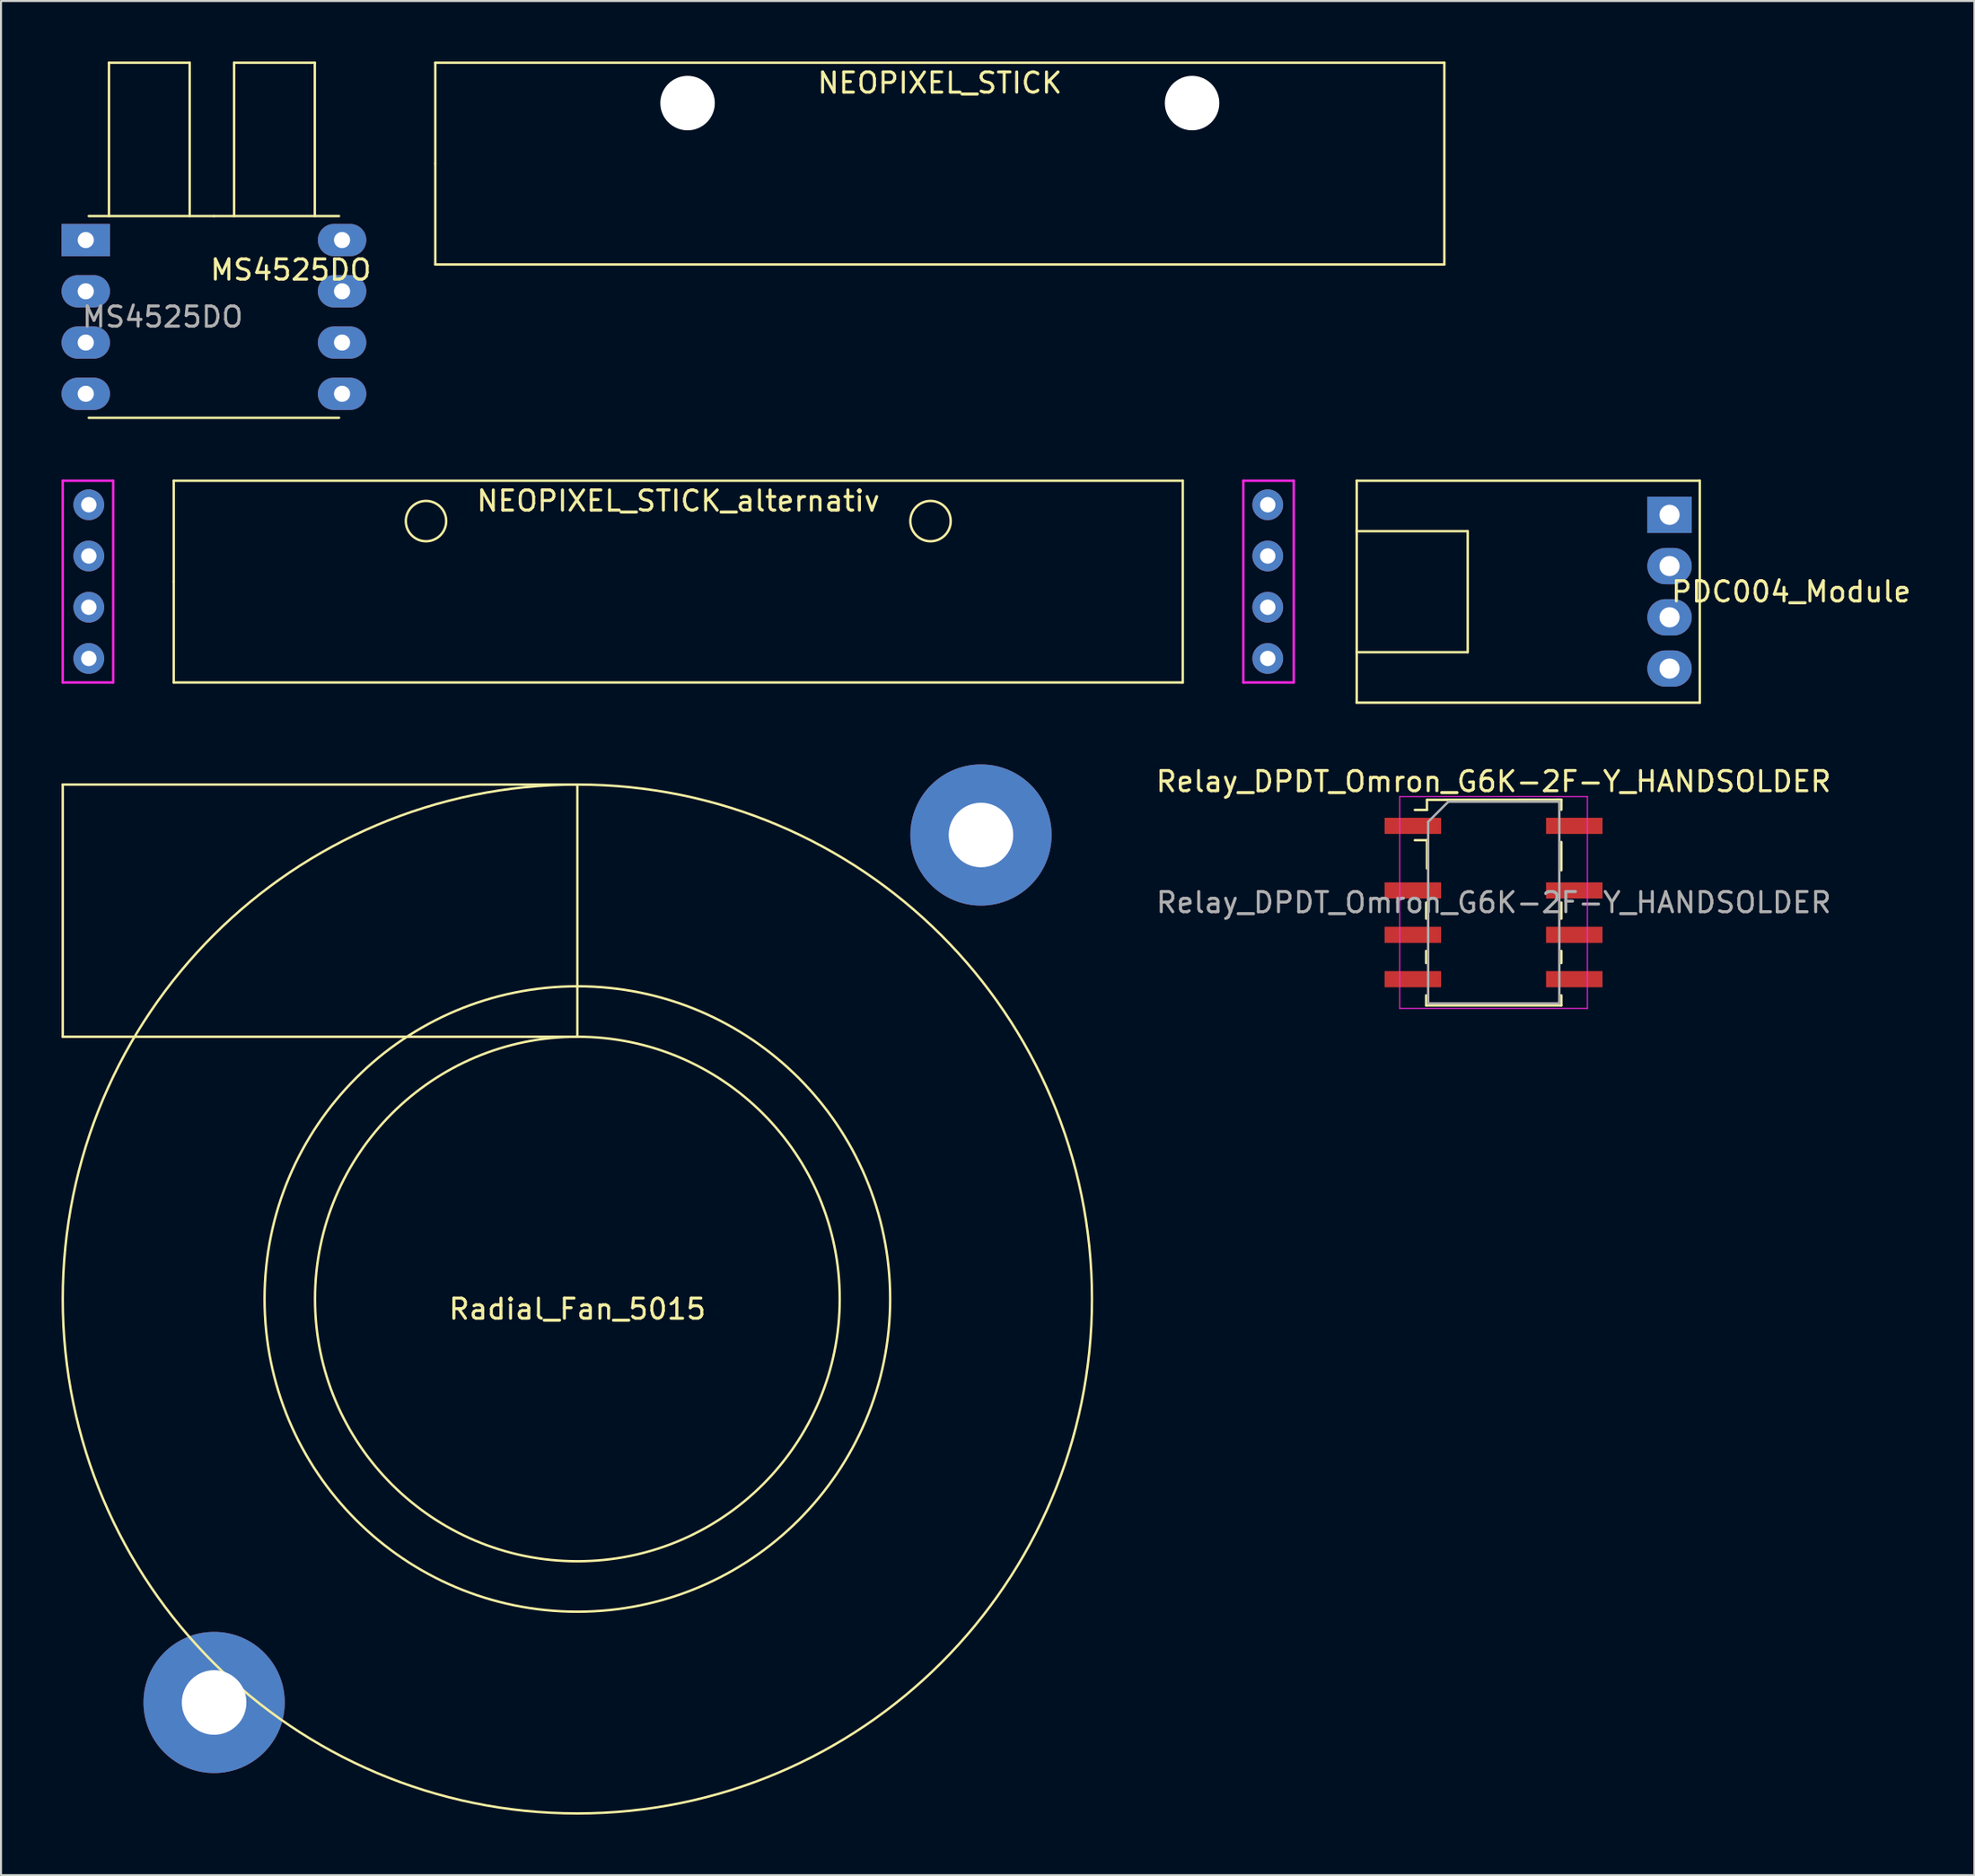
<source format=kicad_pcb>
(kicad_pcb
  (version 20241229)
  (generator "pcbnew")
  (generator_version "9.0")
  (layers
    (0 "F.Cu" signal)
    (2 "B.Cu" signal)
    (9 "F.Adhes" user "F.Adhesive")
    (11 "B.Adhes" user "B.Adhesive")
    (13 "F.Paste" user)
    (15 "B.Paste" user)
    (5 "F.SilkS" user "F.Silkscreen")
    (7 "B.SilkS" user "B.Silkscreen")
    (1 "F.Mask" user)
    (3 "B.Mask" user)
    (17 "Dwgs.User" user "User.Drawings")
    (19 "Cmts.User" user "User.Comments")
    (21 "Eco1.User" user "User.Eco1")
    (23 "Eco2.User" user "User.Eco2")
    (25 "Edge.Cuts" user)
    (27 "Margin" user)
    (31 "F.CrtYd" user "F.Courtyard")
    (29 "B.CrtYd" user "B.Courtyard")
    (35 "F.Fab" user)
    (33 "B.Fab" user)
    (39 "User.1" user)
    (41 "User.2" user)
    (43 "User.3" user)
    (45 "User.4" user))
  (footprint "NEOPIXEL_STICK"
    (layer "F.Cu")
    (at 43.521 2.06)
    (property "Reference" "NEOPIXEL_STICK" (at 0 -1 0) (layer "F.SilkS") (effects (font (size 1 1) (thickness 0.15))))
    (attr through_hole)
    (fp_line (start -25 -2) (end -25 3) (stroke (width 0.12) (type solid)) (layer "F.SilkS"))
    (fp_line (start -25 3) (end -25 8) (stroke (width 0.12) (type solid)) (layer "F.SilkS"))
    (fp_line (start -25 8) (end 25 8) (stroke (width 0.12) (type solid)) (layer "F.SilkS"))
    (fp_line (start 25 -2) (end -25 -2) (stroke (width 0.12) (type solid)) (layer "F.SilkS"))
    (fp_line (start 25 8) (end 25 -2) (stroke (width 0.12) (type solid)) (layer "F.SilkS"))
    (pad "" np_thru_hole circle (at -12.5 0) (size 2.7 2.7) (drill 2.7) (layers "*.Cu" "*.Mask"))
    (pad "" np_thru_hole circle (at 12.5 0) (size 2.7 2.7) (drill 2.7) (layers "*.Cu" "*.Mask")))
  (footprint "MS4525DO"
    (layer "F.Cu")
    (at 7.55 12.66)
    (property "Reference" "MS4525DO" (at 3.81 -2.33 0) (layer "F.SilkS") (effects (font (size 1 1) (thickness 0.15))))
    (attr through_hole)
    (fp_line (start -6.2 5) (end 6.2 5) (stroke (width 0.12) (type solid)) (layer "F.SilkS"))
    (fp_line (start -5.2 -12.6) (end -1.2 -12.6) (stroke (width 0.12) (type solid)) (layer "F.SilkS"))
    (fp_line (start -5.2 -5) (end -5.2 -12.6) (stroke (width 0.12) (type solid)) (layer "F.SilkS"))
    (fp_line (start -1.2 -12.6) (end -1.2 -5) (stroke (width 0.12) (type solid)) (layer "F.SilkS"))
    (fp_line (start 0 -5) (end -6.2 -5) (stroke (width 0.12) (type solid)) (layer "F.SilkS"))
    (fp_line (start 0 -5) (end 6.2 -5) (stroke (width 0.12) (type solid)) (layer "F.SilkS"))
    (fp_line (start 1 -12.6) (end 5 -12.6) (stroke (width 0.12) (type solid)) (layer "F.SilkS"))
    (fp_line (start 1 -5) (end 1 -12.6) (stroke (width 0.12) (type solid)) (layer "F.SilkS"))
    (fp_line (start 5 -12.6) (end 5 -5) (stroke (width 0.12) (type solid)) (layer "F.SilkS"))
    (fp_text user "${REFERENCE}" (at -2.54 0 0) (layer "F.Fab") (effects (font (size 1 1) (thickness 0.15))))
    (pad "1" thru_hole rect (at -6.35 -3.81) (size 2.4 1.6) (drill 0.8) (layers "*.Cu" "*.Mask"))
    (pad "2" thru_hole oval (at -6.35 -1.27) (size 2.4 1.6) (drill 0.8) (layers "*.Cu" "*.Mask"))
    (pad "3" thru_hole oval (at -6.35 1.27) (size 2.4 1.6) (drill 0.8) (layers "*.Cu" "*.Mask"))
    (pad "4" thru_hole oval (at -6.35 3.81) (size 2.4 1.6) (drill 0.8) (layers "*.Cu" "*.Mask"))
    (pad "5" thru_hole oval (at 6.35 3.81) (size 2.4 1.6) (drill 0.8) (layers "*.Cu" "*.Mask"))
    (pad "6" thru_hole oval (at 6.35 1.27) (size 2.4 1.6) (drill 0.8) (layers "*.Cu" "*.Mask"))
    (pad "7" thru_hole oval (at 6.35 -1.27) (size 2.4 1.6) (drill 0.8) (layers "*.Cu" "*.Mask"))
    (pad "8" thru_hole oval (at 6.35 -3.81) (size 2.4 1.6) (drill 0.8) (layers "*.Cu" "*.Mask")))
  (footprint "PDC004_Module"
    (layer "F.Cu")
    (at 79.68 26.28)
    (property "Reference" "PDC004_Module" (at 0 0 0) (layer "F.SilkS") (effects (font (size 1 1) (thickness 0.15)) (justify left)))
    (attr through_hole)
    (fp_line (start -15.5 -5.5) (end 1.5 -5.5) (stroke (width 0.12) (type solid)) (layer "F.SilkS"))
    (fp_line (start -15.5 3) (end -10 3) (stroke (width 0.12) (type solid)) (layer "F.SilkS"))
    (fp_line (start -15.5 5.5) (end -15.5 -5.5) (stroke (width 0.12) (type solid)) (layer "F.SilkS"))
    (fp_line (start -10 -3) (end -15.5 -3) (stroke (width 0.12) (type solid)) (layer "F.SilkS"))
    (fp_line (start -10 3) (end -10 -3) (stroke (width 0.12) (type solid)) (layer "F.SilkS"))
    (fp_line (start 1.5 -5.5) (end 1.5 5.5) (stroke (width 0.12) (type solid)) (layer "F.SilkS"))
    (fp_line (start 1.5 5.5) (end -15.5 5.5) (stroke (width 0.12) (type solid)) (layer "F.SilkS"))
    (pad "1" thru_hole rect (at 0 -3.81) (size 2.2 1.8) (drill 1) (layers "*.Cu" "*.Mask"))
    (pad "1" thru_hole oval (at 0 -1.27) (size 2.2 1.8) (drill 1) (layers "*.Cu" "*.Mask"))
    (pad "2" thru_hole oval (at 0 1.27) (size 2.2 1.8) (drill 1) (layers "*.Cu" "*.Mask"))
    (pad "2" thru_hole oval (at 0 3.81) (size 2.2 1.8) (drill 1) (layers "*.Cu" "*.Mask")))
  (footprint "Radial_Fan_5015"
    (layer "F.Cu")
    (at 25.56 61.34)
    (property "Reference" "Radial_Fan_5015" (at 0 0.5 0) (layer "F.SilkS") (effects (font (size 1 1) (thickness 0.15))))
    (attr through_hole)
    (fp_line (start -25.5 -25.5) (end 0 -25.5) (stroke (width 0.12) (type solid)) (layer "F.SilkS"))
    (fp_line (start -25.5 -13) (end -25.5 -25.5) (stroke (width 0.12) (type solid)) (layer "F.SilkS"))
    (fp_line (start 0 -25.5) (end 0 -13) (stroke (width 0.12) (type solid)) (layer "F.SilkS"))
    (fp_line (start 0 -13) (end -25.5 -13) (stroke (width 0.12) (type solid)) (layer "F.SilkS"))
    (fp_circle (center 0 0) (end 0 -25.5) (stroke (width 0.12) (type solid)) (fill no) (layer "F.SilkS"))
    (fp_circle (center 0 0) (end 0 -15.5) (stroke (width 0.12) (type solid)) (fill no) (layer "F.SilkS"))
    (fp_circle (center 0 0) (end 0 -13) (stroke (width 0.12) (type solid)) (fill no) (layer "F.SilkS"))
    (pad "" np_thru_hole circle (at -18 20) (size 7 7) (drill 3.2) (layers "*.Cu" "*.Mask"))
    (pad "" np_thru_hole circle (at 20 -23) (size 7 7) (drill 3.2) (layers "*.Cu" "*.Mask")))
  (footprint "NEOPIXEL_STICK_alternativ"
    (layer "F.Cu")
    (at 30.56 25.78)
    (property "Reference" "NEOPIXEL_STICK_alternativ" (at 0 -4 0) (layer "F.SilkS") (effects (font (size 1 1) (thickness 0.15))))
    (attr through_hole)
    (fp_line (start -25 -5) (end -25 0) (stroke (width 0.12) (type solid)) (layer "F.SilkS"))
    (fp_line (start -25 0) (end -25 5) (stroke (width 0.12) (type solid)) (layer "F.SilkS"))
    (fp_line (start -25 5) (end 25 5) (stroke (width 0.12) (type solid)) (layer "F.SilkS"))
    (fp_line (start 25 -5) (end -25 -5) (stroke (width 0.12) (type solid)) (layer "F.SilkS"))
    (fp_line (start 25 5) (end 25 -5) (stroke (width 0.12) (type solid)) (layer "F.SilkS"))
    (fp_circle (center -12.5 -3) (end -12.5 -4) (stroke (width 0.12) (type solid)) (fill no) (layer "F.SilkS"))
    (fp_circle (center 12.5 -3) (end 12.5 -4) (stroke (width 0.12) (type solid)) (fill no) (layer "F.SilkS"))
    (fp_line (start -30.5 -5) (end -28 -5) (stroke (width 0.12) (type solid)) (layer "F.CrtYd"))
    (fp_line (start -30.5 5) (end -30.5 -5) (stroke (width 0.12) (type solid)) (layer "F.CrtYd"))
    (fp_line (start -28 -5) (end -28 5) (stroke (width 0.12) (type solid)) (layer "F.CrtYd"))
    (fp_line (start -28 5) (end -30.5 5) (stroke (width 0.12) (type solid)) (layer "F.CrtYd"))
    (fp_line (start 28 -5) (end 30.5 -5) (stroke (width 0.12) (type solid)) (layer "F.CrtYd"))
    (fp_line (start 28 5) (end 28 -5) (stroke (width 0.12) (type solid)) (layer "F.CrtYd"))
    (fp_line (start 30.5 -5) (end 30.5 5) (stroke (width 0.12) (type solid)) (layer "F.CrtYd"))
    (fp_line (start 30.5 5) (end 28 5) (stroke (width 0.12) (type solid)) (layer "F.CrtYd"))
    (pad "1" thru_hole circle (at -29.21 -3.81) (size 1.524 1.524) (drill 0.762) (layers "*.Cu" "*.Mask"))
    (pad "2" thru_hole circle (at -29.21 -1.27) (size 1.524 1.524) (drill 0.762) (layers "*.Cu" "*.Mask"))
    (pad "3" thru_hole circle (at -29.21 1.27) (size 1.524 1.524) (drill 0.762) (layers "*.Cu" "*.Mask"))
    (pad "4" thru_hole circle (at -29.21 3.81) (size 1.524 1.524) (drill 0.762) (layers "*.Cu" "*.Mask"))
    (pad "5" thru_hole circle (at 29.21 -3.81) (size 1.524 1.524) (drill 0.762) (layers "*.Cu" "*.Mask"))
    (pad "6" thru_hole circle (at 29.21 -1.27) (size 1.524 1.524) (drill 0.762) (layers "*.Cu" "*.Mask"))
    (pad "7" thru_hole circle (at 29.21 1.27) (size 1.524 1.524) (drill 0.762) (layers "*.Cu" "*.Mask"))
    (pad "8" thru_hole circle (at 29.21 3.81) (size 1.524 1.524) (drill 0.762) (layers "*.Cu" "*.Mask")))
  (footprint "Relay_DPDT_Omron_G6K-2F-Y_HANDSOLDER"
    (layer "F.Cu")
    (at 70.959 41.688)
    (property "Reference" "Relay_DPDT_Omron_G6K-2F-Y_HANDSOLDER" (at 0 -6 0) (layer "F.SilkS") (effects (font (size 1 1) (thickness 0.15))))
    (attr smd)
    (fp_line (start -3.34 0.8) (end -3.34 0) (stroke (width 0.12) (type solid)) (layer "F.SilkS"))
    (fp_line (start -3.34 3) (end -3.34 2.4) (stroke (width 0.12) (type solid)) (layer "F.SilkS"))
    (fp_line (start -3.34 5.1) (end -3.34 4.6) (stroke (width 0.12) (type solid)) (layer "F.SilkS"))
    (fp_line (start -3.3 -5.09) (end -3.3 -4.59) (stroke (width 0.12) (type solid)) (layer "F.SilkS"))
    (fp_line (start -3.3 -5.09) (end 3.36 -5.1) (stroke (width 0.12) (type solid)) (layer "F.SilkS"))
    (fp_line (start -3.3 -4.59) (end -3.9 -4.59) (stroke (width 0.12) (type solid)) (layer "F.SilkS"))
    (fp_line (start -3.3 -3.09) (end -3.9 -3.09) (stroke (width 0.12) (type solid)) (layer "F.SilkS"))
    (fp_line (start -3.3 -1.69) (end -3.3 -3.09) (stroke (width 0.12) (type solid)) (layer "F.SilkS"))
    (fp_line (start 3.36 -5.1) (end 3.36 -4.6) (stroke (width 0.12) (type solid)) (layer "F.SilkS"))
    (fp_line (start 3.36 -3) (end 3.36 -1.6) (stroke (width 0.12) (type solid)) (layer "F.SilkS"))
    (fp_line (start 3.36 0) (end 3.36 0.8) (stroke (width 0.12) (type solid)) (layer "F.SilkS"))
    (fp_line (start 3.36 2.4) (end 3.36 3) (stroke (width 0.12) (type solid)) (layer "F.SilkS"))
    (fp_line (start 3.36 4.6) (end 3.36 5.1) (stroke (width 0.12) (type solid)) (layer "F.SilkS"))
    (fp_line (start 3.36 5.1) (end -3.34 5.1) (stroke (width 0.12) (type solid)) (layer "F.SilkS"))
    (fp_line (start -4.65 -5.25) (end -4.65 5.25) (stroke (width 0.05) (type solid)) (layer "F.CrtYd"))
    (fp_line (start -4.65 -5.25) (end 4.65 -5.25) (stroke (width 0.05) (type solid)) (layer "F.CrtYd"))
    (fp_line (start 4.65 5.25) (end -4.65 5.25) (stroke (width 0.05) (type solid)) (layer "F.CrtYd"))
    (fp_line (start 4.65 5.25) (end 4.65 -5.25) (stroke (width 0.05) (type solid)) (layer "F.CrtYd"))
    (fp_line (start -3.24 -4) (end -2.24 -5) (stroke (width 0.12) (type solid)) (layer "F.Fab"))
    (fp_line (start -3.24 5) (end -3.24 -4) (stroke (width 0.12) (type solid)) (layer "F.Fab"))
    (fp_line (start -2.24 -5) (end 3.26 -5) (stroke (width 0.12) (type solid)) (layer "F.Fab"))
    (fp_line (start 3.26 -5) (end 3.26 5) (stroke (width 0.12) (type solid)) (layer "F.Fab"))
    (fp_line (start 3.26 5) (end -3.24 5) (stroke (width 0.12) (type solid)) (layer "F.Fab"))
    (fp_text user "${REFERENCE}" (at 0.01 0 0) (layer "F.Fab") (effects (font (size 1 1) (thickness 0.15))))
    (pad "1" smd rect (at -4 -3.8) (size 2.8 0.8) (layers "F.Cu" "F.Mask" "F.Paste"))
    (pad "2" smd rect (at -4 -0.6) (size 2.8 0.8) (layers "F.Cu" "F.Mask" "F.Paste"))
    (pad "3" smd rect (at -4 1.6) (size 2.8 0.8) (layers "F.Cu" "F.Mask" "F.Paste"))
    (pad "4" smd rect (at -4 3.8) (size 2.8 0.8) (layers "F.Cu" "F.Mask" "F.Paste"))
    (pad "5" smd rect (at 4 3.8) (size 2.8 0.8) (layers "F.Cu" "F.Mask" "F.Paste"))
    (pad "6" smd rect (at 4 1.6) (size 2.8 0.8) (layers "F.Cu" "F.Mask" "F.Paste"))
    (pad "7" smd rect (at 4 -0.6) (size 2.8 0.8) (layers "F.Cu" "F.Mask" "F.Paste"))
    (pad "8" smd rect (at 4 -3.8) (size 2.8 0.8) (layers "F.Cu" "F.Mask" "F.Paste")))
  (gr_rect
    (start -3 -3)
    (end 94.787 89.9)
    (stroke (width 0.1) (type default))
    (fill no)
    (layer "Edge.Cuts")))
</source>
